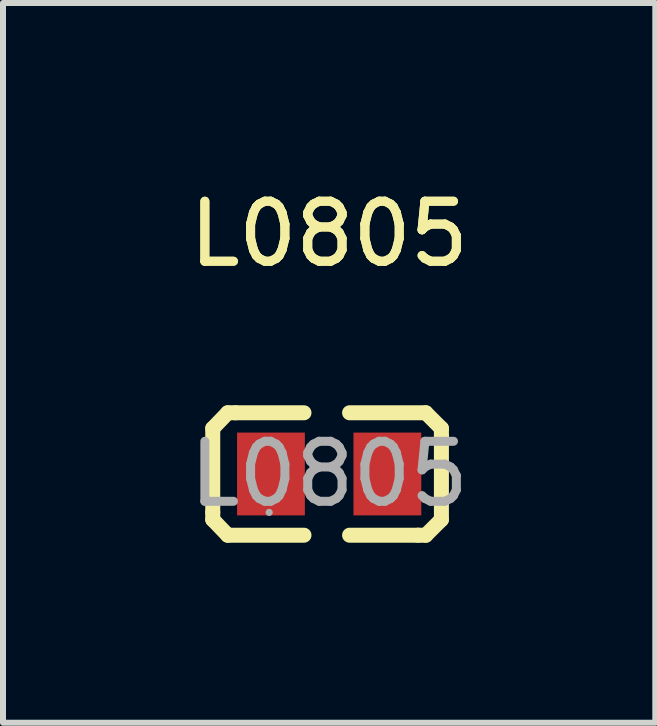
<source format=kicad_pcb>
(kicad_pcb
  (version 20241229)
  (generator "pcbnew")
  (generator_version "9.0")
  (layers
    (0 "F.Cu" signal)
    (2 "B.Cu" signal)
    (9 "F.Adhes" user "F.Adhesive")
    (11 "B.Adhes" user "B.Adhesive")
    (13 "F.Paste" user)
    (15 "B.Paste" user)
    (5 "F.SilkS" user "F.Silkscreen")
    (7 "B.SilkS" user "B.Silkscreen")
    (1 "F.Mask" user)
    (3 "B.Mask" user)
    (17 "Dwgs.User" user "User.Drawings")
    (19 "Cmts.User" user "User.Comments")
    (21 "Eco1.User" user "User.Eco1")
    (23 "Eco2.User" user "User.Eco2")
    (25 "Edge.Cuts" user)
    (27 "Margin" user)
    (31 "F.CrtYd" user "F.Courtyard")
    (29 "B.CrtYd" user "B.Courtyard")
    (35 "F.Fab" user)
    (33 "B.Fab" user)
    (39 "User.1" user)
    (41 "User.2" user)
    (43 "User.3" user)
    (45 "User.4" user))
  (footprint "L0805"
    (layer "F.Cu")
    (at 2.435 4.848)
    (property "Reference" "L0805" (at 0 -4 0) (layer "F.SilkS") (effects (font (size 1 1) (thickness 0.15))))
    (attr smd)
    (fp_line (start -1.94 -0.76) (end -1.94 0.64) (stroke (width 0.25) (type solid)) (layer "F.SilkS"))
    (fp_line (start -1.94 0.64) (end -1.94 0.76) (stroke (width 0.25) (type solid)) (layer "F.SilkS"))
    (fp_line (start -1.94 0.76) (end -1.69 1.02) (stroke (width 0.25) (type solid)) (layer "F.SilkS"))
    (fp_line (start -1.69 -1.02) (end -1.94 -0.76) (stroke (width 0.25) (type solid)) (layer "F.SilkS"))
    (fp_line (start -1.69 1.02) (end -0.42 1.02) (stroke (width 0.25) (type solid)) (layer "F.SilkS"))
    (fp_line (start -1.56 -1.02) (end -1.69 -1.02) (stroke (width 0.25) (type solid)) (layer "F.SilkS"))
    (fp_line (start -0.42 -1.02) (end -1.56 -1.02) (stroke (width 0.25) (type solid)) (layer "F.SilkS"))
    (fp_line (start 0.34 1.02) (end 1.48 1.02) (stroke (width 0.25) (type solid)) (layer "F.SilkS"))
    (fp_line (start 1.48 1.02) (end 1.61 1.02) (stroke (width 0.25) (type solid)) (layer "F.SilkS"))
    (fp_line (start 1.61 -1.02) (end 0.34 -1.02) (stroke (width 0.25) (type solid)) (layer "F.SilkS"))
    (fp_line (start 1.61 1.02) (end 1.87 0.76) (stroke (width 0.25) (type solid)) (layer "F.SilkS"))
    (fp_line (start 1.87 -0.76) (end 1.61 -1.02) (stroke (width 0.25) (type solid)) (layer "F.SilkS"))
    (fp_line (start 1.87 -0.63) (end 1.87 -0.76) (stroke (width 0.25) (type solid)) (layer "F.SilkS"))
    (fp_line (start 1.87 0.76) (end 1.87 -0.63) (stroke (width 0.25) (type solid)) (layer "F.SilkS"))
    (fp_circle (center -1 0.64) (end -0.97 0.64) (stroke (width 0.06) (type solid)) (fill no) (layer "F.Fab"))
    (fp_text user "${REFERENCE}" (at 0 -4 0) (layer "F.SilkS") (effects (font (size 1 1) (thickness 0.15))))
    (fp_text user "${REFERENCE}" (at 0 0 0) (layer "F.Fab") (effects (font (size 1 1) (thickness 0.15))))
    (pad "1" smd rect (at -0.97 0) (size 1.13 1.38) (layers "F.Cu" "F.Mask" "F.Paste"))
    (pad "2" smd rect (at 0.97 0) (size 1.13 1.38) (layers "F.Cu" "F.Mask" "F.Paste")))
  (gr_rect
    (start -3 -3)
    (end 7.869 8.993)
    (stroke (width 0.1) (type default))
    (fill no)
    (layer "Edge.Cuts")))
</source>
